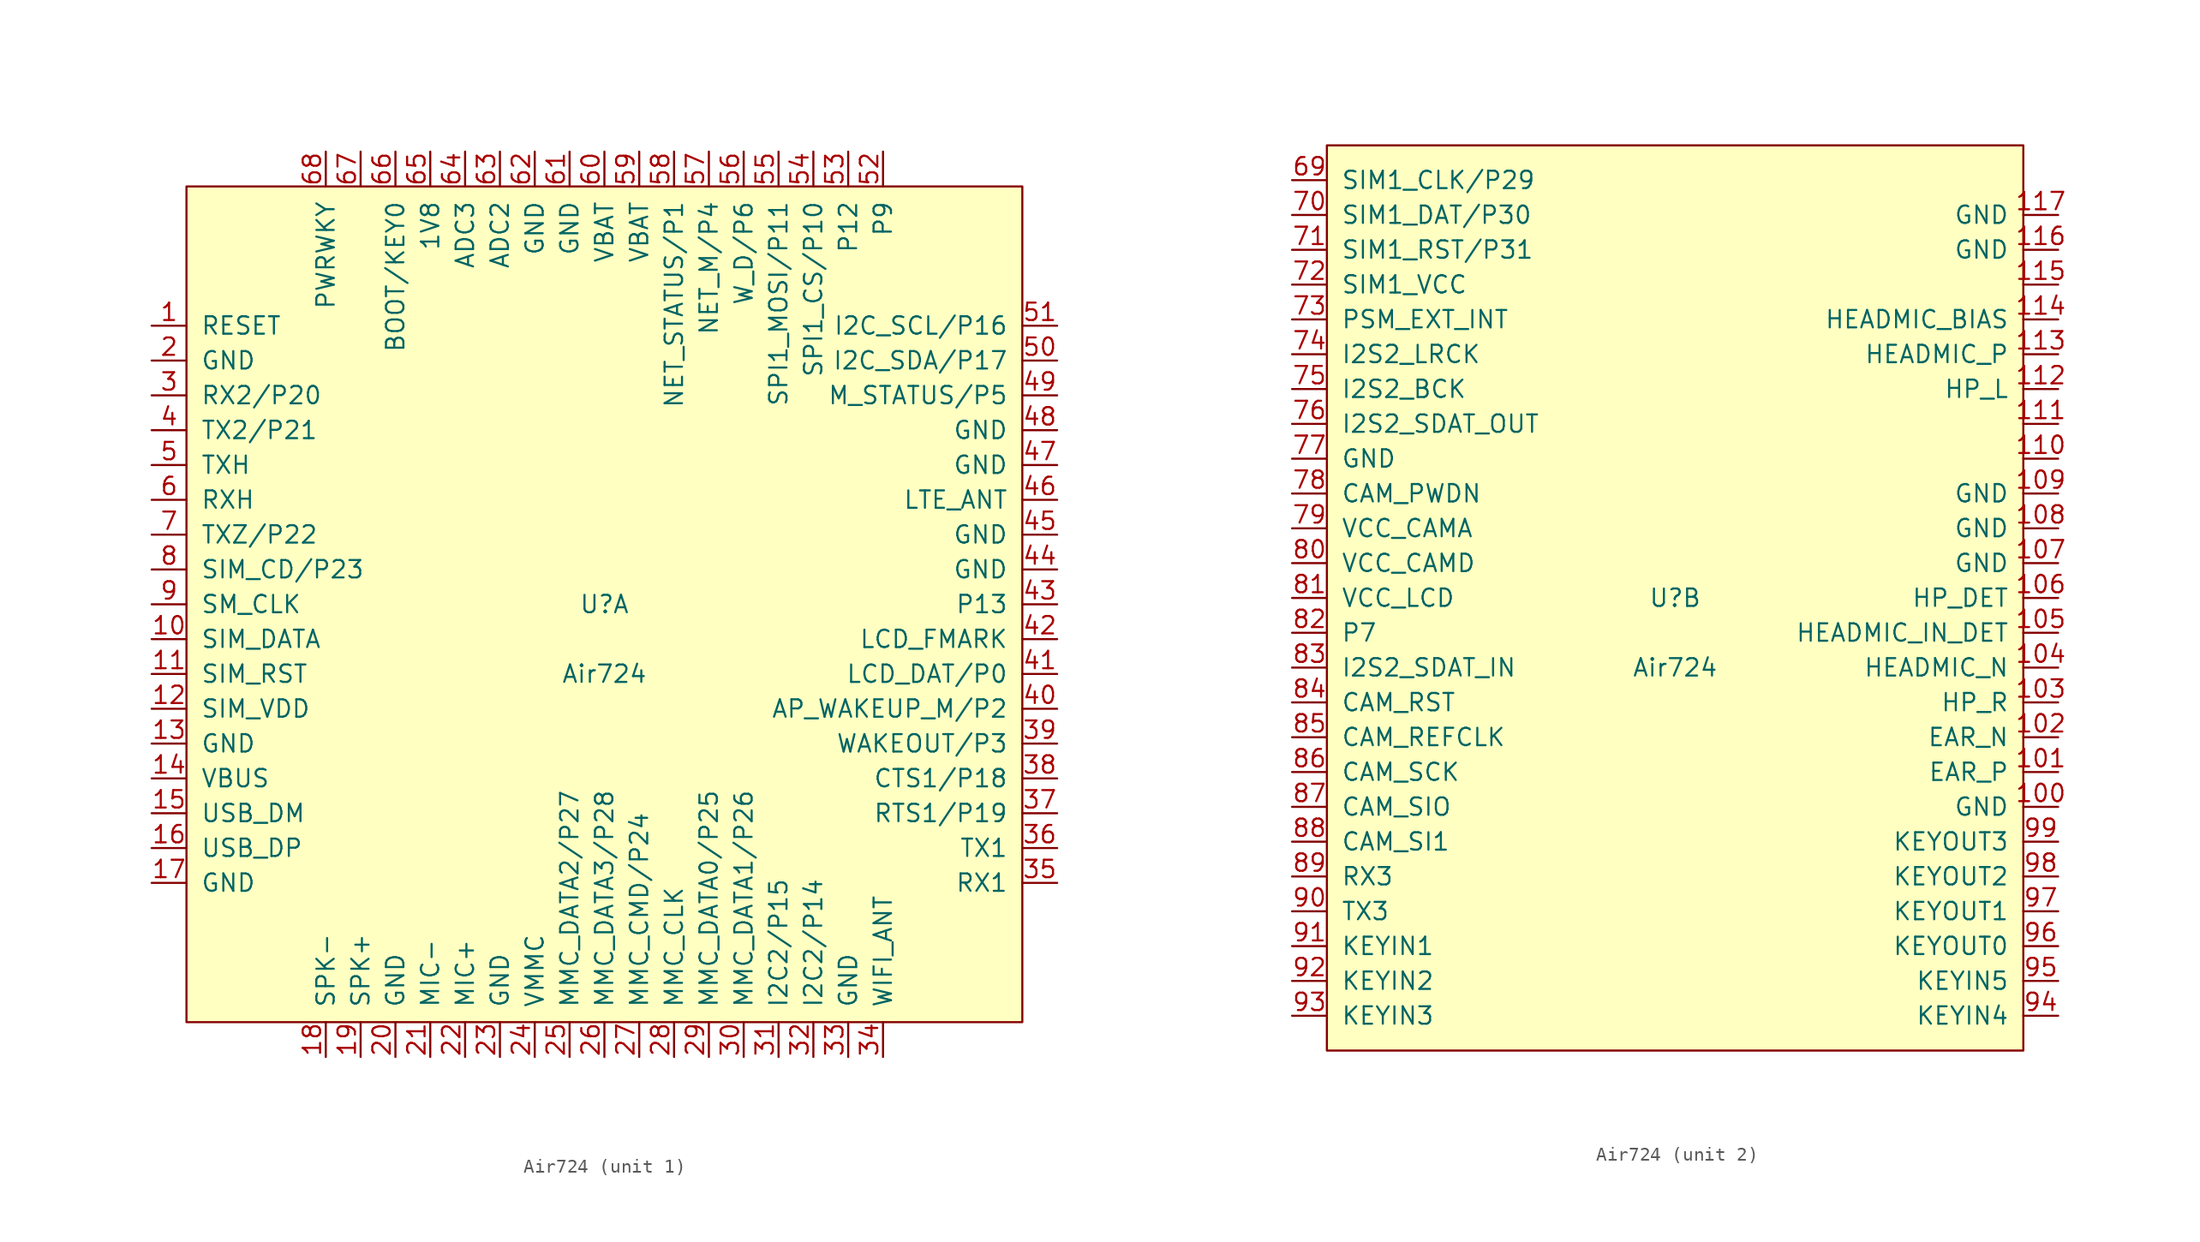
<source format=kicad_sym>
(kicad_symbol_lib
  (version 20231120)
  (generator "kicad_symbol_editor")
  (generator_version "8.0")
  (symbol "Air724"
    (pin_names
      (offset 1.016))
    (property "Reference" "U"
      (at 0 0 0)
      (effects (font (size 1.27 1.27))))
    (property "Value" "Air724"
      (at 0 -5.08 0)
      (effects (font (size 1.27 1.27))))
    (property "ki_locked" ""
      (at 0 0 0)
      (effects (font (size 1.27 1.27))))
    (symbol "Air724_1_1"
      (rectangle (start -30.48 30.48) (end 30.48 -30.48) (stroke (width 0) (type default)) (fill (type background)))
      (pin input line (at -33.02 20.32 0) (length 2.54) (name "RESET" (effects (font (size 1.27 1.27)))) (number "1" (effects (font (size 1.27 1.27)))))
      (pin input line (at -33.02 -2.54 0) (length 2.54) (name "SIM_DATA" (effects (font (size 1.27 1.27)))) (number "10" (effects (font (size 1.27 1.27)))))
      (pin output line (at -33.02 -5.08 0) (length 2.54) (name "SIM_RST" (effects (font (size 1.27 1.27)))) (number "11" (effects (font (size 1.27 1.27)))))
      (pin power_out line (at -33.02 -7.62 0) (length 2.54) (name "SIM_VDD" (effects (font (size 1.27 1.27)))) (number "12" (effects (font (size 1.27 1.27)))))
      (pin power_in line (at -33.02 -10.16 0) (length 2.54) (name "GND" (effects (font (size 1.27 1.27)))) (number "13" (effects (font (size 1.27 1.27)))))
      (pin power_in line (at -33.02 -12.7 0) (length 2.54) (name "VBUS" (effects (font (size 1.27 1.27)))) (number "14" (effects (font (size 1.27 1.27)))))
      (pin bidirectional line (at -33.02 -15.24 0) (length 2.54) (name "USB_DM" (effects (font (size 1.27 1.27)))) (number "15" (effects (font (size 1.27 1.27)))))
      (pin bidirectional line (at -33.02 -17.78 0) (length 2.54) (name "USB_DP" (effects (font (size 1.27 1.27)))) (number "16" (effects (font (size 1.27 1.27)))))
      (pin input line (at -33.02 -20.32 0) (length 2.54) (name "GND" (effects (font (size 1.27 1.27)))) (number "17" (effects (font (size 1.27 1.27)))))
      (pin output line (at -20.32 -33.02 90) (length 2.54) (name "SPK-" (effects (font (size 1.27 1.27)))) (number "18" (effects (font (size 1.27 1.27)))))
      (pin output line (at -17.78 -33.02 90) (length 2.54) (name "SPK+" (effects (font (size 1.27 1.27)))) (number "19" (effects (font (size 1.27 1.27)))))
      (pin power_in line (at -33.02 17.78 0) (length 2.54) (name "GND" (effects (font (size 1.27 1.27)))) (number "2" (effects (font (size 1.27 1.27)))))
      (pin power_in line (at -15.24 -33.02 90) (length 2.54) (name "GND" (effects (font (size 1.27 1.27)))) (number "20" (effects (font (size 1.27 1.27)))))
      (pin bidirectional line (at -12.7 -33.02 90) (length 2.54) (name "MIC-" (effects (font (size 1.27 1.27)))) (number "21" (effects (font (size 1.27 1.27)))))
      (pin bidirectional line (at -10.16 -33.02 90) (length 2.54) (name "MIC+" (effects (font (size 1.27 1.27)))) (number "22" (effects (font (size 1.27 1.27)))))
      (pin power_in line (at -7.62 -33.02 90) (length 2.54) (name "GND" (effects (font (size 1.27 1.27)))) (number "23" (effects (font (size 1.27 1.27)))))
      (pin power_out line (at -5.08 -33.02 90) (length 2.54) (name "VMMC" (effects (font (size 1.27 1.27)))) (number "24" (effects (font (size 1.27 1.27)))))
      (pin bidirectional line (at -2.54 -33.02 90) (length 2.54) (name "MMC_DATA2/P27" (effects (font (size 1.27 1.27)))) (number "25" (effects (font (size 1.27 1.27)))))
      (pin bidirectional line (at 0 -33.02 90) (length 2.54) (name "MMC_DATA3/P28" (effects (font (size 1.27 1.27)))) (number "26" (effects (font (size 1.27 1.27)))))
      (pin bidirectional line (at 2.54 -33.02 90) (length 2.54) (name "MMC_CMD/P24" (effects (font (size 1.27 1.27)))) (number "27" (effects (font (size 1.27 1.27)))))
      (pin bidirectional line (at 5.08 -33.02 90) (length 2.54) (name "MMC_CLK" (effects (font (size 1.27 1.27)))) (number "28" (effects (font (size 1.27 1.27)))))
      (pin bidirectional line (at 7.62 -33.02 90) (length 2.54) (name "MMC_DATA0/P25" (effects (font (size 1.27 1.27)))) (number "29" (effects (font (size 1.27 1.27)))))
      (pin bidirectional line (at -33.02 15.24 0) (length 2.54) (name "RX2/P20" (effects (font (size 1.27 1.27)))) (number "3" (effects (font (size 1.27 1.27)))))
      (pin bidirectional line (at 10.16 -33.02 90) (length 2.54) (name "MMC_DATA1/P26" (effects (font (size 1.27 1.27)))) (number "30" (effects (font (size 1.27 1.27)))))
      (pin bidirectional line (at 12.7 -33.02 90) (length 2.54) (name "I2C2/P15" (effects (font (size 1.27 1.27)))) (number "31" (effects (font (size 1.27 1.27)))))
      (pin bidirectional line (at 15.24 -33.02 90) (length 2.54) (name "I2C2/P14" (effects (font (size 1.27 1.27)))) (number "32" (effects (font (size 1.27 1.27)))))
      (pin power_in line (at 17.78 -33.02 90) (length 2.54) (name "GND" (effects (font (size 1.27 1.27)))) (number "33" (effects (font (size 1.27 1.27)))))
      (pin passive line (at 20.32 -33.02 90) (length 2.54) (name "WIFI_ANT" (effects (font (size 1.27 1.27)))) (number "34" (effects (font (size 1.27 1.27)))))
      (pin bidirectional line (at 33.02 -20.32 180) (length 2.54) (name "RX1" (effects (font (size 1.27 1.27)))) (number "35" (effects (font (size 1.27 1.27)))))
      (pin bidirectional line (at 33.02 -17.78 180) (length 2.54) (name "TX1" (effects (font (size 1.27 1.27)))) (number "36" (effects (font (size 1.27 1.27)))))
      (pin bidirectional line (at 33.02 -15.24 180) (length 2.54) (name "RTS1/P19" (effects (font (size 1.27 1.27)))) (number "37" (effects (font (size 1.27 1.27)))))
      (pin bidirectional line (at 33.02 -12.7 180) (length 2.54) (name "CTS1/P18" (effects (font (size 1.27 1.27)))) (number "38" (effects (font (size 1.27 1.27)))))
      (pin bidirectional line (at 33.02 -10.16 180) (length 2.54) (name "WAKEOUT/P3" (effects (font (size 1.27 1.27)))) (number "39" (effects (font (size 1.27 1.27)))))
      (pin bidirectional line (at -33.02 12.7 0) (length 2.54) (name "TX2/P21" (effects (font (size 1.27 1.27)))) (number "4" (effects (font (size 1.27 1.27)))))
      (pin bidirectional line (at 33.02 -7.62 180) (length 2.54) (name "AP_WAKEUP_M/P2" (effects (font (size 1.27 1.27)))) (number "40" (effects (font (size 1.27 1.27)))))
      (pin bidirectional line (at 33.02 -5.08 180) (length 2.54) (name "LCD_DAT/P0" (effects (font (size 1.27 1.27)))) (number "41" (effects (font (size 1.27 1.27)))))
      (pin bidirectional line (at 33.02 -2.54 180) (length 2.54) (name "LCD_FMARK" (effects (font (size 1.27 1.27)))) (number "42" (effects (font (size 1.27 1.27)))))
      (pin bidirectional line (at 33.02 0 180) (length 2.54) (name "P13" (effects (font (size 1.27 1.27)))) (number "43" (effects (font (size 1.27 1.27)))))
      (pin power_in line (at 33.02 2.54 180) (length 2.54) (name "GND" (effects (font (size 1.27 1.27)))) (number "44" (effects (font (size 1.27 1.27)))))
      (pin power_in line (at 33.02 5.08 180) (length 2.54) (name "GND" (effects (font (size 1.27 1.27)))) (number "45" (effects (font (size 1.27 1.27)))))
      (pin passive line (at 33.02 7.62 180) (length 2.54) (name "LTE_ANT" (effects (font (size 1.27 1.27)))) (number "46" (effects (font (size 1.27 1.27)))))
      (pin power_in line (at 33.02 10.16 180) (length 2.54) (name "GND" (effects (font (size 1.27 1.27)))) (number "47" (effects (font (size 1.27 1.27)))))
      (pin power_in line (at 33.02 12.7 180) (length 2.54) (name "GND" (effects (font (size 1.27 1.27)))) (number "48" (effects (font (size 1.27 1.27)))))
      (pin output line (at 33.02 15.24 180) (length 2.54) (name "M_STATUS/P5" (effects (font (size 1.27 1.27)))) (number "49" (effects (font (size 1.27 1.27)))))
      (pin bidirectional line (at -33.02 10.16 0) (length 2.54) (name "TXH" (effects (font (size 1.27 1.27)))) (number "5" (effects (font (size 1.27 1.27)))))
      (pin bidirectional line (at 33.02 17.78 180) (length 2.54) (name "I2C_SDA/P17" (effects (font (size 1.27 1.27)))) (number "50" (effects (font (size 1.27 1.27)))))
      (pin bidirectional line (at 33.02 20.32 180) (length 2.54) (name "I2C_SCL/P16" (effects (font (size 1.27 1.27)))) (number "51" (effects (font (size 1.27 1.27)))))
      (pin bidirectional line (at 20.32 33.02 270) (length 2.54) (name "P9" (effects (font (size 1.27 1.27)))) (number "52" (effects (font (size 1.27 1.27)))))
      (pin bidirectional line (at 17.78 33.02 270) (length 2.54) (name "P12" (effects (font (size 1.27 1.27)))) (number "53" (effects (font (size 1.27 1.27)))))
      (pin bidirectional line (at 15.24 33.02 270) (length 2.54) (name "SPI1_CS/P10" (effects (font (size 1.27 1.27)))) (number "54" (effects (font (size 1.27 1.27)))))
      (pin bidirectional line (at 12.7 33.02 270) (length 2.54) (name "SPI1_MOSI/P11" (effects (font (size 1.27 1.27)))) (number "55" (effects (font (size 1.27 1.27)))))
      (pin bidirectional line (at 10.16 33.02 270) (length 2.54) (name "W_D/P6" (effects (font (size 1.27 1.27)))) (number "56" (effects (font (size 1.27 1.27)))))
      (pin bidirectional line (at 7.62 33.02 270) (length 2.54) (name "NET_M/P4" (effects (font (size 1.27 1.27)))) (number "57" (effects (font (size 1.27 1.27)))))
      (pin output line (at 5.08 33.02 270) (length 2.54) (name "NET_STATUS/P1" (effects (font (size 1.27 1.27)))) (number "58" (effects (font (size 1.27 1.27)))))
      (pin power_in line (at 2.54 33.02 270) (length 2.54) (name "VBAT" (effects (font (size 1.27 1.27)))) (number "59" (effects (font (size 1.27 1.27)))))
      (pin bidirectional line (at -33.02 7.62 0) (length 2.54) (name "RXH" (effects (font (size 1.27 1.27)))) (number "6" (effects (font (size 1.27 1.27)))))
      (pin power_in line (at 0 33.02 270) (length 2.54) (name "VBAT" (effects (font (size 1.27 1.27)))) (number "60" (effects (font (size 1.27 1.27)))))
      (pin input line (at -2.54 33.02 270) (length 2.54) (name "GND" (effects (font (size 1.27 1.27)))) (number "61" (effects (font (size 1.27 1.27)))))
      (pin input line (at -5.08 33.02 270) (length 2.54) (name "GND" (effects (font (size 1.27 1.27)))) (number "62" (effects (font (size 1.27 1.27)))))
      (pin input line (at -7.62 33.02 270) (length 2.54) (name "ADC2" (effects (font (size 1.27 1.27)))) (number "63" (effects (font (size 1.27 1.27)))))
      (pin input line (at -10.16 33.02 270) (length 2.54) (name "ADC3" (effects (font (size 1.27 1.27)))) (number "64" (effects (font (size 1.27 1.27)))))
      (pin power_out line (at -12.7 33.02 270) (length 2.54) (name "1V8" (effects (font (size 1.27 1.27)))) (number "65" (effects (font (size 1.27 1.27)))))
      (pin input line (at -15.24 33.02 270) (length 2.54) (name "BOOT/KEY0" (effects (font (size 1.27 1.27)))) (number "66" (effects (font (size 1.27 1.27)))))
      (pin input line (at -17.78 33.02 270) (length 2.54) (name "~" (effects (font (size 1.27 1.27)))) (number "67" (effects (font (size 1.27 1.27)))))
      (pin input line (at -20.32 33.02 270) (length 2.54) (name "PWRWKY" (effects (font (size 1.27 1.27)))) (number "68" (effects (font (size 1.27 1.27)))))
      (pin bidirectional line (at -33.02 5.08 0) (length 2.54) (name "TXZ/P22" (effects (font (size 1.27 1.27)))) (number "7" (effects (font (size 1.27 1.27)))))
      (pin input line (at -33.02 2.54 0) (length 2.54) (name "SIM_CD/P23" (effects (font (size 1.27 1.27)))) (number "8" (effects (font (size 1.27 1.27)))))
      (pin output line (at -33.02 0 0) (length 2.54) (name "SM_CLK" (effects (font (size 1.27 1.27)))) (number "9" (effects (font (size 1.27 1.27))))))
    (symbol "Air724_2_1"
      (rectangle (start -25.4 33.02) (end 25.4 -33.02) (stroke (width 0) (type default)) (fill (type background)))
      (pin power_in line (at 27.94 -15.24 180) (length 2.54) (name "GND" (effects (font (size 1.27 1.27)))) (number "100" (effects (font (size 1.27 1.27)))))
      (pin bidirectional line (at 27.94 -12.7 180) (length 2.54) (name "EAR_P" (effects (font (size 1.27 1.27)))) (number "101" (effects (font (size 1.27 1.27)))))
      (pin bidirectional line (at 27.94 -10.16 180) (length 2.54) (name "EAR_N" (effects (font (size 1.27 1.27)))) (number "102" (effects (font (size 1.27 1.27)))))
      (pin bidirectional line (at 27.94 -7.62 180) (length 2.54) (name "HP_R" (effects (font (size 1.27 1.27)))) (number "103" (effects (font (size 1.27 1.27)))))
      (pin bidirectional line (at 27.94 -5.08 180) (length 2.54) (name "HEADMIC_N" (effects (font (size 1.27 1.27)))) (number "104" (effects (font (size 1.27 1.27)))))
      (pin bidirectional line (at 27.94 -2.54 180) (length 2.54) (name "HEADMIC_IN_DET" (effects (font (size 1.27 1.27)))) (number "105" (effects (font (size 1.27 1.27)))))
      (pin bidirectional line (at 27.94 0 180) (length 2.54) (name "HP_DET" (effects (font (size 1.27 1.27)))) (number "106" (effects (font (size 1.27 1.27)))))
      (pin power_in line (at 27.94 2.54 180) (length 2.54) (name "GND" (effects (font (size 1.27 1.27)))) (number "107" (effects (font (size 1.27 1.27)))))
      (pin power_in line (at 27.94 5.08 180) (length 2.54) (name "GND" (effects (font (size 1.27 1.27)))) (number "108" (effects (font (size 1.27 1.27)))))
      (pin power_in line (at 27.94 7.62 180) (length 2.54) (name "GND" (effects (font (size 1.27 1.27)))) (number "109" (effects (font (size 1.27 1.27)))))
      (pin bidirectional line (at 27.94 10.16 180) (length 2.54) (name "~" (effects (font (size 1.27 1.27)))) (number "110" (effects (font (size 1.27 1.27)))))
      (pin bidirectional line (at 27.94 12.7 180) (length 2.54) (name "~" (effects (font (size 1.27 1.27)))) (number "111" (effects (font (size 1.27 1.27)))))
      (pin bidirectional line (at 27.94 15.24 180) (length 2.54) (name "HP_L" (effects (font (size 1.27 1.27)))) (number "112" (effects (font (size 1.27 1.27)))))
      (pin bidirectional line (at 27.94 17.78 180) (length 2.54) (name "HEADMIC_P" (effects (font (size 1.27 1.27)))) (number "113" (effects (font (size 1.27 1.27)))))
      (pin bidirectional line (at 27.94 20.32 180) (length 2.54) (name "HEADMIC_BIAS" (effects (font (size 1.27 1.27)))) (number "114" (effects (font (size 1.27 1.27)))))
      (pin bidirectional line (at 27.94 22.86 180) (length 2.54) (name "~" (effects (font (size 1.27 1.27)))) (number "115" (effects (font (size 1.27 1.27)))))
      (pin power_in line (at 27.94 25.4 180) (length 2.54) (name "GND" (effects (font (size 1.27 1.27)))) (number "116" (effects (font (size 1.27 1.27)))))
      (pin power_in line (at 27.94 27.94 180) (length 2.54) (name "GND" (effects (font (size 1.27 1.27)))) (number "117" (effects (font (size 1.27 1.27)))))
      (pin bidirectional line (at -27.94 30.48 0) (length 2.54) (name "SIM1_CLK/P29" (effects (font (size 1.27 1.27)))) (number "69" (effects (font (size 1.27 1.27)))))
      (pin bidirectional line (at -27.94 27.94 0) (length 2.54) (name "SIM1_DAT/P30" (effects (font (size 1.27 1.27)))) (number "70" (effects (font (size 1.27 1.27)))))
      (pin bidirectional line (at -27.94 25.4 0) (length 2.54) (name "SIM1_RST/P31" (effects (font (size 1.27 1.27)))) (number "71" (effects (font (size 1.27 1.27)))))
      (pin power_out line (at -27.94 22.86 0) (length 2.54) (name "SIM1_VCC" (effects (font (size 1.27 1.27)))) (number "72" (effects (font (size 1.27 1.27)))))
      (pin bidirectional line (at -27.94 20.32 0) (length 2.54) (name "PSM_EXT_INT" (effects (font (size 1.27 1.27)))) (number "73" (effects (font (size 1.27 1.27)))))
      (pin bidirectional line (at -27.94 17.78 0) (length 2.54) (name "I2S2_LRCK" (effects (font (size 1.27 1.27)))) (number "74" (effects (font (size 1.27 1.27)))))
      (pin bidirectional line (at -27.94 15.24 0) (length 2.54) (name "I2S2_BCK" (effects (font (size 1.27 1.27)))) (number "75" (effects (font (size 1.27 1.27)))))
      (pin bidirectional line (at -27.94 12.7 0) (length 2.54) (name "I2S2_SDAT_OUT" (effects (font (size 1.27 1.27)))) (number "76" (effects (font (size 1.27 1.27)))))
      (pin power_in line (at -27.94 10.16 0) (length 2.54) (name "GND" (effects (font (size 1.27 1.27)))) (number "77" (effects (font (size 1.27 1.27)))))
      (pin input line (at -27.94 7.62 0) (length 2.54) (name "CAM_PWDN" (effects (font (size 1.27 1.27)))) (number "78" (effects (font (size 1.27 1.27)))))
      (pin power_out line (at -27.94 5.08 0) (length 2.54) (name "VCC_CAMA" (effects (font (size 1.27 1.27)))) (number "79" (effects (font (size 1.27 1.27)))))
      (pin power_out line (at -27.94 2.54 0) (length 2.54) (name "VCC_CAMD" (effects (font (size 1.27 1.27)))) (number "80" (effects (font (size 1.27 1.27)))))
      (pin power_out line (at -27.94 0 0) (length 2.54) (name "VCC_LCD" (effects (font (size 1.27 1.27)))) (number "81" (effects (font (size 1.27 1.27)))))
      (pin bidirectional line (at -27.94 -2.54 0) (length 2.54) (name "P7" (effects (font (size 1.27 1.27)))) (number "82" (effects (font (size 1.27 1.27)))))
      (pin bidirectional line (at -27.94 -5.08 0) (length 2.54) (name "I2S2_SDAT_IN" (effects (font (size 1.27 1.27)))) (number "83" (effects (font (size 1.27 1.27)))))
      (pin bidirectional line (at -27.94 -7.62 0) (length 2.54) (name "CAM_RST" (effects (font (size 1.27 1.27)))) (number "84" (effects (font (size 1.27 1.27)))))
      (pin bidirectional line (at -27.94 -10.16 0) (length 2.54) (name "CAM_REFCLK" (effects (font (size 1.27 1.27)))) (number "85" (effects (font (size 1.27 1.27)))))
      (pin bidirectional line (at -27.94 -12.7 0) (length 2.54) (name "CAM_SCK" (effects (font (size 1.27 1.27)))) (number "86" (effects (font (size 1.27 1.27)))))
      (pin bidirectional line (at -27.94 -15.24 0) (length 2.54) (name "CAM_SIO" (effects (font (size 1.27 1.27)))) (number "87" (effects (font (size 1.27 1.27)))))
      (pin bidirectional line (at -27.94 -17.78 0) (length 2.54) (name "CAM_SI1" (effects (font (size 1.27 1.27)))) (number "88" (effects (font (size 1.27 1.27)))))
      (pin bidirectional line (at -27.94 -20.32 0) (length 2.54) (name "RX3" (effects (font (size 1.27 1.27)))) (number "89" (effects (font (size 1.27 1.27)))))
      (pin bidirectional line (at -27.94 -22.86 0) (length 2.54) (name "TX3" (effects (font (size 1.27 1.27)))) (number "90" (effects (font (size 1.27 1.27)))))
      (pin bidirectional line (at -27.94 -25.4 0) (length 2.54) (name "KEYIN1" (effects (font (size 1.27 1.27)))) (number "91" (effects (font (size 1.27 1.27)))))
      (pin bidirectional line (at -27.94 -27.94 0) (length 2.54) (name "KEYIN2" (effects (font (size 1.27 1.27)))) (number "92" (effects (font (size 1.27 1.27)))))
      (pin bidirectional line (at -27.94 -30.48 0) (length 2.54) (name "KEYIN3" (effects (font (size 1.27 1.27)))) (number "93" (effects (font (size 1.27 1.27)))))
      (pin bidirectional line (at 27.94 -30.48 180) (length 2.54) (name "KEYIN4" (effects (font (size 1.27 1.27)))) (number "94" (effects (font (size 1.27 1.27)))))
      (pin bidirectional line (at 27.94 -27.94 180) (length 2.54) (name "KEYIN5" (effects (font (size 1.27 1.27)))) (number "95" (effects (font (size 1.27 1.27)))))
      (pin bidirectional line (at 27.94 -25.4 180) (length 2.54) (name "KEYOUT0" (effects (font (size 1.27 1.27)))) (number "96" (effects (font (size 1.27 1.27)))))
      (pin bidirectional line (at 27.94 -22.86 180) (length 2.54) (name "KEYOUT1" (effects (font (size 1.27 1.27)))) (number "97" (effects (font (size 1.27 1.27)))))
      (pin bidirectional line (at 27.94 -20.32 180) (length 2.54) (name "KEYOUT2" (effects (font (size 1.27 1.27)))) (number "98" (effects (font (size 1.27 1.27)))))
      (pin bidirectional line (at 27.94 -17.78 180) (length 2.54) (name "KEYOUT3" (effects (font (size 1.27 1.27)))) (number "99" (effects (font (size 1.27 1.27))))))))
</source>
